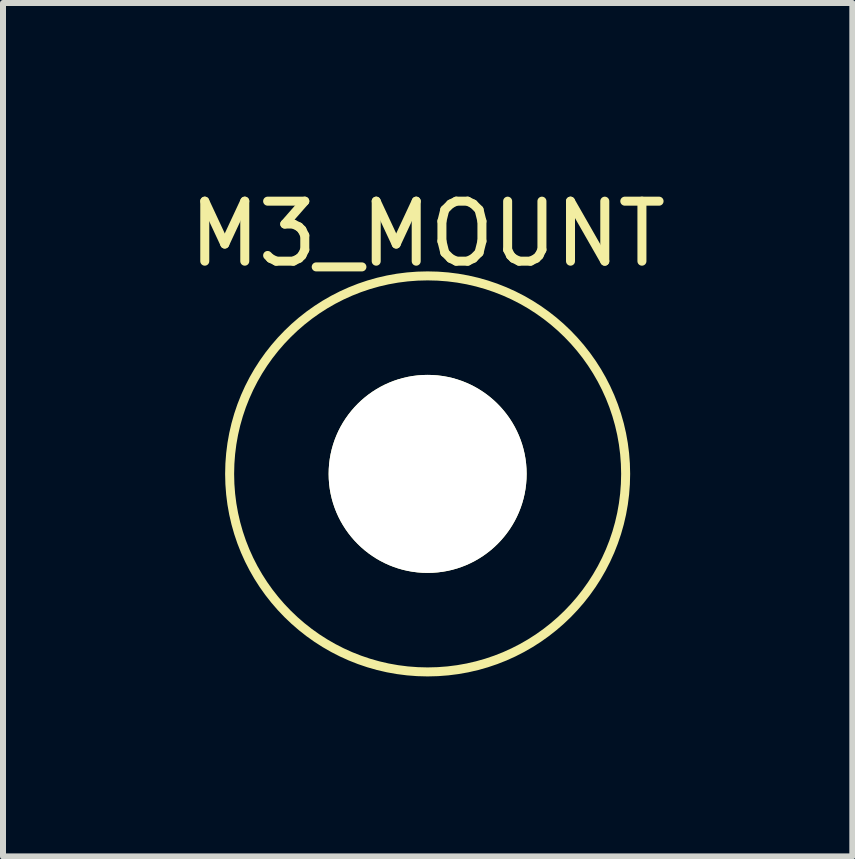
<source format=kicad_pcb>
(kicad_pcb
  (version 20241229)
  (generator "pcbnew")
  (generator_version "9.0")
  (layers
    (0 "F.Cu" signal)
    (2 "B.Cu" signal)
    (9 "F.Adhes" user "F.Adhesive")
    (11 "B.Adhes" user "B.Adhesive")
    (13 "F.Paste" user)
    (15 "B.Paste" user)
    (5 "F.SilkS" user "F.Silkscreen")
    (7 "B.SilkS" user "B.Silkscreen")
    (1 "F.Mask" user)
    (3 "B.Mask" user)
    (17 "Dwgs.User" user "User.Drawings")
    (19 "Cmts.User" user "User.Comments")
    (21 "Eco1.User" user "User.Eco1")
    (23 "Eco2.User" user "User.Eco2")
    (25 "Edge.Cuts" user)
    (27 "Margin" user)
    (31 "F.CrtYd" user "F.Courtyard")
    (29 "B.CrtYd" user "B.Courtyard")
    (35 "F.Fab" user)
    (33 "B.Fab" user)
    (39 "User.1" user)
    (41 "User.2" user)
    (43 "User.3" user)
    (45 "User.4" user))
  (footprint "M3_MOUNT"
    (layer "F.Cu")
    (at 4.077 4.848)
    (property "Reference" "M3_MOUNT" (at 0 -4 0) (layer "F.SilkS") (effects (font (size 1 1) (thickness 0.15))))
    (attr through_hole)
    (fp_circle (center 0 0) (end 3.3 0) (stroke (width 0.15) (type solid)) (fill no) (layer "F.SilkS"))
    (pad "" np_thru_hole circle (at 0 0) (size 3.3 3.3) (drill 3.3) (layers "*.Cu" "*.Mask" "F.SilkS" "F.Paste")))
  (gr_rect
    (start -3 -3)
    (end 11.155 11.223)
    (stroke (width 0.1) (type default))
    (fill no)
    (layer "Edge.Cuts")))
</source>
